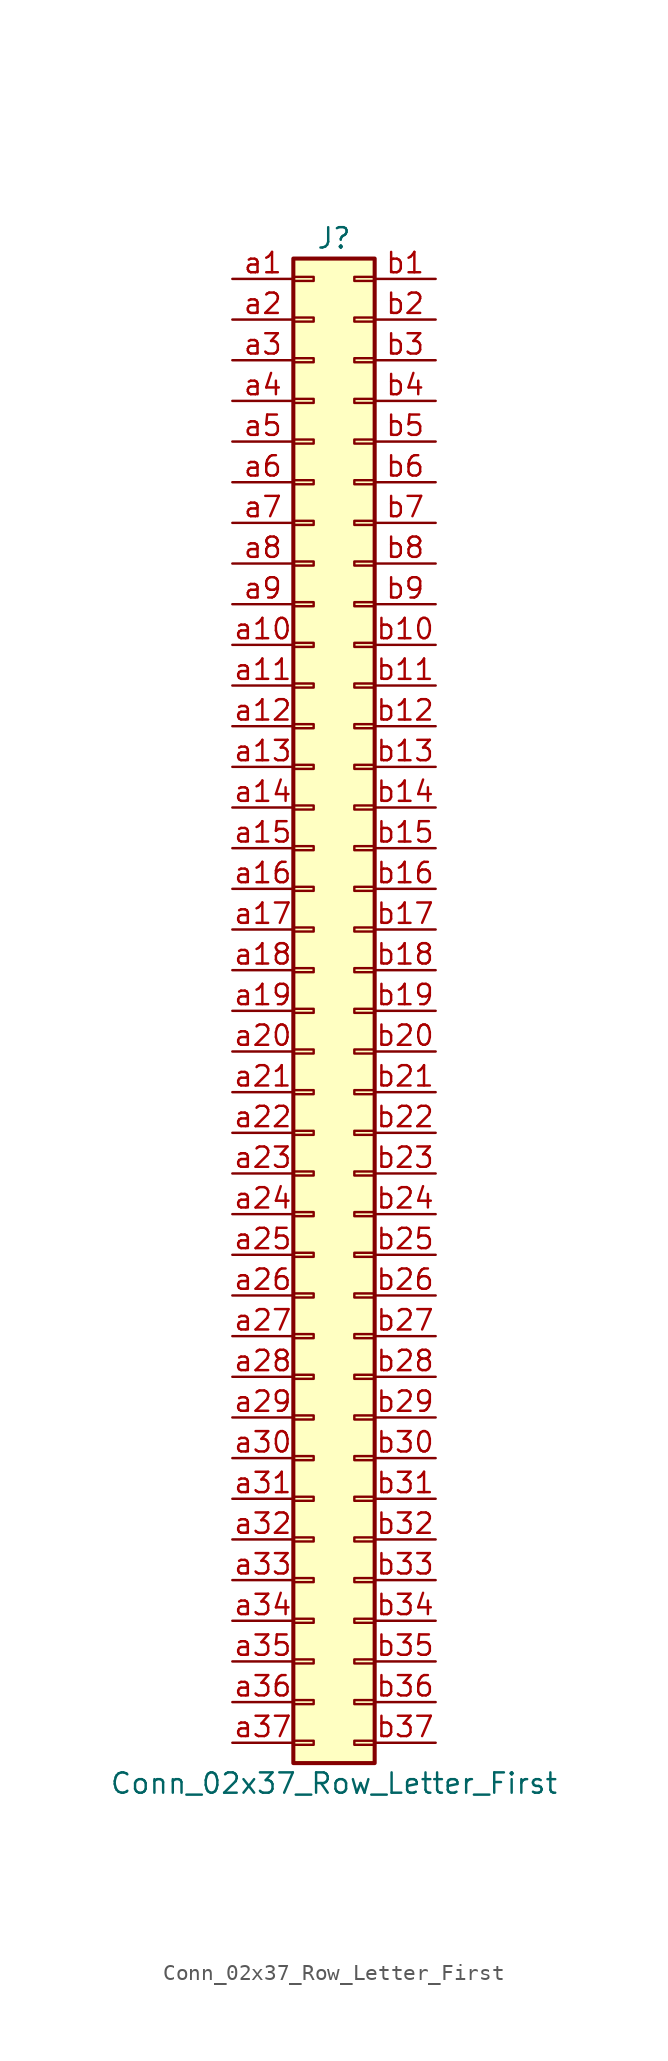
<source format=kicad_sym>
(kicad_symbol_lib
  (version 20220914)
  (generator kicad_symbol_editor)
  (symbol "Conn_02x37_Row_Letter_First"
    (pin_names
      (offset 1.016) hide)
    (property "Reference" "J"
      (at 1.27 48.26 0)
      (effects (font (size 1.27 1.27))))
    (property "Value" "Conn_02x37_Row_Letter_First"
      (at 1.27 -48.26 0)
      (effects (font (size 1.27 1.27))))
    (symbol "Conn_02x37_Row_Letter_First_1_1"
      (rectangle (start -1.27 -45.593) (end 0 -45.847) (stroke (width 0.152) (type solid)) (fill (type none)))
      (rectangle (start -1.27 -43.053) (end 0 -43.307) (stroke (width 0.152) (type solid)) (fill (type none)))
      (rectangle (start -1.27 -40.513) (end 0 -40.767) (stroke (width 0.152) (type solid)) (fill (type none)))
      (rectangle (start -1.27 -37.973) (end 0 -38.227) (stroke (width 0.152) (type solid)) (fill (type none)))
      (rectangle (start -1.27 -35.433) (end 0 -35.687) (stroke (width 0.152) (type solid)) (fill (type none)))
      (rectangle (start -1.27 -32.893) (end 0 -33.147) (stroke (width 0.152) (type solid)) (fill (type none)))
      (rectangle (start -1.27 -30.353) (end 0 -30.607) (stroke (width 0.152) (type solid)) (fill (type none)))
      (rectangle (start -1.27 -27.813) (end 0 -28.067) (stroke (width 0.152) (type solid)) (fill (type none)))
      (rectangle (start -1.27 -25.273) (end 0 -25.527) (stroke (width 0.152) (type solid)) (fill (type none)))
      (rectangle (start -1.27 -22.733) (end 0 -22.987) (stroke (width 0.152) (type solid)) (fill (type none)))
      (rectangle (start -1.27 -20.193) (end 0 -20.447) (stroke (width 0.152) (type solid)) (fill (type none)))
      (rectangle (start -1.27 -17.653) (end 0 -17.907) (stroke (width 0.152) (type solid)) (fill (type none)))
      (rectangle (start -1.27 -15.113) (end 0 -15.367) (stroke (width 0.152) (type solid)) (fill (type none)))
      (rectangle (start -1.27 -12.573) (end 0 -12.827) (stroke (width 0.152) (type solid)) (fill (type none)))
      (rectangle (start -1.27 -10.033) (end 0 -10.287) (stroke (width 0.152) (type solid)) (fill (type none)))
      (rectangle (start -1.27 -7.493) (end 0 -7.747) (stroke (width 0.152) (type solid)) (fill (type none)))
      (rectangle (start -1.27 -4.953) (end 0 -5.207) (stroke (width 0.152) (type solid)) (fill (type none)))
      (rectangle (start -1.27 -2.413) (end 0 -2.667) (stroke (width 0.152) (type solid)) (fill (type none)))
      (rectangle (start -1.27 0.127) (end 0 -0.127) (stroke (width 0.152) (type solid)) (fill (type none)))
      (rectangle (start -1.27 2.667) (end 0 2.413) (stroke (width 0.152) (type solid)) (fill (type none)))
      (rectangle (start -1.27 5.207) (end 0 4.953) (stroke (width 0.152) (type solid)) (fill (type none)))
      (rectangle (start -1.27 7.747) (end 0 7.493) (stroke (width 0.152) (type solid)) (fill (type none)))
      (rectangle (start -1.27 10.287) (end 0 10.033) (stroke (width 0.152) (type solid)) (fill (type none)))
      (rectangle (start -1.27 12.827) (end 0 12.573) (stroke (width 0.152) (type solid)) (fill (type none)))
      (rectangle (start -1.27 15.367) (end 0 15.113) (stroke (width 0.152) (type solid)) (fill (type none)))
      (rectangle (start -1.27 17.907) (end 0 17.653) (stroke (width 0.152) (type solid)) (fill (type none)))
      (rectangle (start -1.27 20.447) (end 0 20.193) (stroke (width 0.152) (type solid)) (fill (type none)))
      (rectangle (start -1.27 22.987) (end 0 22.733) (stroke (width 0.152) (type solid)) (fill (type none)))
      (rectangle (start -1.27 25.527) (end 0 25.273) (stroke (width 0.152) (type solid)) (fill (type none)))
      (rectangle (start -1.27 28.067) (end 0 27.813) (stroke (width 0.152) (type solid)) (fill (type none)))
      (rectangle (start -1.27 30.607) (end 0 30.353) (stroke (width 0.152) (type solid)) (fill (type none)))
      (rectangle (start -1.27 33.147) (end 0 32.893) (stroke (width 0.152) (type solid)) (fill (type none)))
      (rectangle (start -1.27 35.687) (end 0 35.433) (stroke (width 0.152) (type solid)) (fill (type none)))
      (rectangle (start -1.27 38.227) (end 0 37.973) (stroke (width 0.152) (type solid)) (fill (type none)))
      (rectangle (start -1.27 40.767) (end 0 40.513) (stroke (width 0.152) (type solid)) (fill (type none)))
      (rectangle (start -1.27 43.307) (end 0 43.053) (stroke (width 0.152) (type solid)) (fill (type none)))
      (rectangle (start -1.27 45.847) (end 0 45.593) (stroke (width 0.152) (type solid)) (fill (type none)))
      (rectangle (start -1.27 46.99) (end 3.81 -46.99) (stroke (width 0.254) (type solid)) (fill (type background)))
      (rectangle (start 3.81 -45.593) (end 2.54 -45.847) (stroke (width 0.152) (type solid)) (fill (type none)))
      (rectangle (start 3.81 -43.053) (end 2.54 -43.307) (stroke (width 0.152) (type solid)) (fill (type none)))
      (rectangle (start 3.81 -40.513) (end 2.54 -40.767) (stroke (width 0.152) (type solid)) (fill (type none)))
      (rectangle (start 3.81 -37.973) (end 2.54 -38.227) (stroke (width 0.152) (type solid)) (fill (type none)))
      (rectangle (start 3.81 -35.433) (end 2.54 -35.687) (stroke (width 0.152) (type solid)) (fill (type none)))
      (rectangle (start 3.81 -32.893) (end 2.54 -33.147) (stroke (width 0.152) (type solid)) (fill (type none)))
      (rectangle (start 3.81 -30.353) (end 2.54 -30.607) (stroke (width 0.152) (type solid)) (fill (type none)))
      (rectangle (start 3.81 -27.813) (end 2.54 -28.067) (stroke (width 0.152) (type solid)) (fill (type none)))
      (rectangle (start 3.81 -25.273) (end 2.54 -25.527) (stroke (width 0.152) (type solid)) (fill (type none)))
      (rectangle (start 3.81 -22.733) (end 2.54 -22.987) (stroke (width 0.152) (type solid)) (fill (type none)))
      (rectangle (start 3.81 -20.193) (end 2.54 -20.447) (stroke (width 0.152) (type solid)) (fill (type none)))
      (rectangle (start 3.81 -17.653) (end 2.54 -17.907) (stroke (width 0.152) (type solid)) (fill (type none)))
      (rectangle (start 3.81 -15.113) (end 2.54 -15.367) (stroke (width 0.152) (type solid)) (fill (type none)))
      (rectangle (start 3.81 -12.573) (end 2.54 -12.827) (stroke (width 0.152) (type solid)) (fill (type none)))
      (rectangle (start 3.81 -10.033) (end 2.54 -10.287) (stroke (width 0.152) (type solid)) (fill (type none)))
      (rectangle (start 3.81 -7.493) (end 2.54 -7.747) (stroke (width 0.152) (type solid)) (fill (type none)))
      (rectangle (start 3.81 -4.953) (end 2.54 -5.207) (stroke (width 0.152) (type solid)) (fill (type none)))
      (rectangle (start 3.81 -2.413) (end 2.54 -2.667) (stroke (width 0.152) (type solid)) (fill (type none)))
      (rectangle (start 3.81 0.127) (end 2.54 -0.127) (stroke (width 0.152) (type solid)) (fill (type none)))
      (rectangle (start 3.81 2.667) (end 2.54 2.413) (stroke (width 0.152) (type solid)) (fill (type none)))
      (rectangle (start 3.81 5.207) (end 2.54 4.953) (stroke (width 0.152) (type solid)) (fill (type none)))
      (rectangle (start 3.81 7.747) (end 2.54 7.493) (stroke (width 0.152) (type solid)) (fill (type none)))
      (rectangle (start 3.81 10.287) (end 2.54 10.033) (stroke (width 0.152) (type solid)) (fill (type none)))
      (rectangle (start 3.81 12.827) (end 2.54 12.573) (stroke (width 0.152) (type solid)) (fill (type none)))
      (rectangle (start 3.81 15.367) (end 2.54 15.113) (stroke (width 0.152) (type solid)) (fill (type none)))
      (rectangle (start 3.81 17.907) (end 2.54 17.653) (stroke (width 0.152) (type solid)) (fill (type none)))
      (rectangle (start 3.81 20.447) (end 2.54 20.193) (stroke (width 0.152) (type solid)) (fill (type none)))
      (rectangle (start 3.81 22.987) (end 2.54 22.733) (stroke (width 0.152) (type solid)) (fill (type none)))
      (rectangle (start 3.81 25.527) (end 2.54 25.273) (stroke (width 0.152) (type solid)) (fill (type none)))
      (rectangle (start 3.81 28.067) (end 2.54 27.813) (stroke (width 0.152) (type solid)) (fill (type none)))
      (rectangle (start 3.81 30.607) (end 2.54 30.353) (stroke (width 0.152) (type solid)) (fill (type none)))
      (rectangle (start 3.81 33.147) (end 2.54 32.893) (stroke (width 0.152) (type solid)) (fill (type none)))
      (rectangle (start 3.81 35.687) (end 2.54 35.433) (stroke (width 0.152) (type solid)) (fill (type none)))
      (rectangle (start 3.81 38.227) (end 2.54 37.973) (stroke (width 0.152) (type solid)) (fill (type none)))
      (rectangle (start 3.81 40.767) (end 2.54 40.513) (stroke (width 0.152) (type solid)) (fill (type none)))
      (rectangle (start 3.81 43.307) (end 2.54 43.053) (stroke (width 0.152) (type solid)) (fill (type none)))
      (rectangle (start 3.81 45.847) (end 2.54 45.593) (stroke (width 0.152) (type solid)) (fill (type none)))
      (pin passive line (at -5.08 45.72 0) (length 3.81) (name "Pin_a1" (effects (font (size 1.27 1.27)))) (number "a1" (effects (font (size 1.27 1.27)))))
      (pin passive line (at -5.08 22.86 0) (length 3.81) (name "Pin_a10" (effects (font (size 1.27 1.27)))) (number "a10" (effects (font (size 1.27 1.27)))))
      (pin passive line (at -5.08 20.32 0) (length 3.81) (name "Pin_a11" (effects (font (size 1.27 1.27)))) (number "a11" (effects (font (size 1.27 1.27)))))
      (pin passive line (at -5.08 17.78 0) (length 3.81) (name "Pin_a12" (effects (font (size 1.27 1.27)))) (number "a12" (effects (font (size 1.27 1.27)))))
      (pin passive line (at -5.08 15.24 0) (length 3.81) (name "Pin_a13" (effects (font (size 1.27 1.27)))) (number "a13" (effects (font (size 1.27 1.27)))))
      (pin passive line (at -5.08 12.7 0) (length 3.81) (name "Pin_a14" (effects (font (size 1.27 1.27)))) (number "a14" (effects (font (size 1.27 1.27)))))
      (pin passive line (at -5.08 10.16 0) (length 3.81) (name "Pin_a15" (effects (font (size 1.27 1.27)))) (number "a15" (effects (font (size 1.27 1.27)))))
      (pin passive line (at -5.08 7.62 0) (length 3.81) (name "Pin_a16" (effects (font (size 1.27 1.27)))) (number "a16" (effects (font (size 1.27 1.27)))))
      (pin passive line (at -5.08 5.08 0) (length 3.81) (name "Pin_a17" (effects (font (size 1.27 1.27)))) (number "a17" (effects (font (size 1.27 1.27)))))
      (pin passive line (at -5.08 2.54 0) (length 3.81) (name "Pin_a18" (effects (font (size 1.27 1.27)))) (number "a18" (effects (font (size 1.27 1.27)))))
      (pin passive line (at -5.08 0 0) (length 3.81) (name "Pin_a19" (effects (font (size 1.27 1.27)))) (number "a19" (effects (font (size 1.27 1.27)))))
      (pin passive line (at -5.08 43.18 0) (length 3.81) (name "Pin_a2" (effects (font (size 1.27 1.27)))) (number "a2" (effects (font (size 1.27 1.27)))))
      (pin passive line (at -5.08 -2.54 0) (length 3.81) (name "Pin_a20" (effects (font (size 1.27 1.27)))) (number "a20" (effects (font (size 1.27 1.27)))))
      (pin passive line (at -5.08 -5.08 0) (length 3.81) (name "Pin_a21" (effects (font (size 1.27 1.27)))) (number "a21" (effects (font (size 1.27 1.27)))))
      (pin passive line (at -5.08 -7.62 0) (length 3.81) (name "Pin_a22" (effects (font (size 1.27 1.27)))) (number "a22" (effects (font (size 1.27 1.27)))))
      (pin passive line (at -5.08 -10.16 0) (length 3.81) (name "Pin_a23" (effects (font (size 1.27 1.27)))) (number "a23" (effects (font (size 1.27 1.27)))))
      (pin passive line (at -5.08 -12.7 0) (length 3.81) (name "Pin_a24" (effects (font (size 1.27 1.27)))) (number "a24" (effects (font (size 1.27 1.27)))))
      (pin passive line (at -5.08 -15.24 0) (length 3.81) (name "Pin_a25" (effects (font (size 1.27 1.27)))) (number "a25" (effects (font (size 1.27 1.27)))))
      (pin passive line (at -5.08 -17.78 0) (length 3.81) (name "Pin_a26" (effects (font (size 1.27 1.27)))) (number "a26" (effects (font (size 1.27 1.27)))))
      (pin passive line (at -5.08 -20.32 0) (length 3.81) (name "Pin_a27" (effects (font (size 1.27 1.27)))) (number "a27" (effects (font (size 1.27 1.27)))))
      (pin passive line (at -5.08 -22.86 0) (length 3.81) (name "Pin_a28" (effects (font (size 1.27 1.27)))) (number "a28" (effects (font (size 1.27 1.27)))))
      (pin passive line (at -5.08 -25.4 0) (length 3.81) (name "Pin_a29" (effects (font (size 1.27 1.27)))) (number "a29" (effects (font (size 1.27 1.27)))))
      (pin passive line (at -5.08 40.64 0) (length 3.81) (name "Pin_a3" (effects (font (size 1.27 1.27)))) (number "a3" (effects (font (size 1.27 1.27)))))
      (pin passive line (at -5.08 -27.94 0) (length 3.81) (name "Pin_a30" (effects (font (size 1.27 1.27)))) (number "a30" (effects (font (size 1.27 1.27)))))
      (pin passive line (at -5.08 -30.48 0) (length 3.81) (name "Pin_a31" (effects (font (size 1.27 1.27)))) (number "a31" (effects (font (size 1.27 1.27)))))
      (pin passive line (at -5.08 -33.02 0) (length 3.81) (name "Pin_a32" (effects (font (size 1.27 1.27)))) (number "a32" (effects (font (size 1.27 1.27)))))
      (pin passive line (at -5.08 -35.56 0) (length 3.81) (name "Pin_a33" (effects (font (size 1.27 1.27)))) (number "a33" (effects (font (size 1.27 1.27)))))
      (pin passive line (at -5.08 -38.1 0) (length 3.81) (name "Pin_a34" (effects (font (size 1.27 1.27)))) (number "a34" (effects (font (size 1.27 1.27)))))
      (pin passive line (at -5.08 -40.64 0) (length 3.81) (name "Pin_a35" (effects (font (size 1.27 1.27)))) (number "a35" (effects (font (size 1.27 1.27)))))
      (pin passive line (at -5.08 -43.18 0) (length 3.81) (name "Pin_a36" (effects (font (size 1.27 1.27)))) (number "a36" (effects (font (size 1.27 1.27)))))
      (pin passive line (at -5.08 -45.72 0) (length 3.81) (name "Pin_a37" (effects (font (size 1.27 1.27)))) (number "a37" (effects (font (size 1.27 1.27)))))
      (pin passive line (at -5.08 38.1 0) (length 3.81) (name "Pin_a4" (effects (font (size 1.27 1.27)))) (number "a4" (effects (font (size 1.27 1.27)))))
      (pin passive line (at -5.08 35.56 0) (length 3.81) (name "Pin_a5" (effects (font (size 1.27 1.27)))) (number "a5" (effects (font (size 1.27 1.27)))))
      (pin passive line (at -5.08 33.02 0) (length 3.81) (name "Pin_a6" (effects (font (size 1.27 1.27)))) (number "a6" (effects (font (size 1.27 1.27)))))
      (pin passive line (at -5.08 30.48 0) (length 3.81) (name "Pin_a7" (effects (font (size 1.27 1.27)))) (number "a7" (effects (font (size 1.27 1.27)))))
      (pin passive line (at -5.08 27.94 0) (length 3.81) (name "Pin_a8" (effects (font (size 1.27 1.27)))) (number "a8" (effects (font (size 1.27 1.27)))))
      (pin passive line (at -5.08 25.4 0) (length 3.81) (name "Pin_a9" (effects (font (size 1.27 1.27)))) (number "a9" (effects (font (size 1.27 1.27)))))
      (pin passive line (at 7.62 45.72 180) (length 3.81) (name "Pin_b1" (effects (font (size 1.27 1.27)))) (number "b1" (effects (font (size 1.27 1.27)))))
      (pin passive line (at 7.62 22.86 180) (length 3.81) (name "Pin_b10" (effects (font (size 1.27 1.27)))) (number "b10" (effects (font (size 1.27 1.27)))))
      (pin passive line (at 7.62 20.32 180) (length 3.81) (name "Pin_b11" (effects (font (size 1.27 1.27)))) (number "b11" (effects (font (size 1.27 1.27)))))
      (pin passive line (at 7.62 17.78 180) (length 3.81) (name "Pin_b12" (effects (font (size 1.27 1.27)))) (number "b12" (effects (font (size 1.27 1.27)))))
      (pin passive line (at 7.62 15.24 180) (length 3.81) (name "Pin_b13" (effects (font (size 1.27 1.27)))) (number "b13" (effects (font (size 1.27 1.27)))))
      (pin passive line (at 7.62 12.7 180) (length 3.81) (name "Pin_b14" (effects (font (size 1.27 1.27)))) (number "b14" (effects (font (size 1.27 1.27)))))
      (pin passive line (at 7.62 10.16 180) (length 3.81) (name "Pin_b15" (effects (font (size 1.27 1.27)))) (number "b15" (effects (font (size 1.27 1.27)))))
      (pin passive line (at 7.62 7.62 180) (length 3.81) (name "Pin_b16" (effects (font (size 1.27 1.27)))) (number "b16" (effects (font (size 1.27 1.27)))))
      (pin passive line (at 7.62 5.08 180) (length 3.81) (name "Pin_b17" (effects (font (size 1.27 1.27)))) (number "b17" (effects (font (size 1.27 1.27)))))
      (pin passive line (at 7.62 2.54 180) (length 3.81) (name "Pin_b18" (effects (font (size 1.27 1.27)))) (number "b18" (effects (font (size 1.27 1.27)))))
      (pin passive line (at 7.62 0 180) (length 3.81) (name "Pin_b19" (effects (font (size 1.27 1.27)))) (number "b19" (effects (font (size 1.27 1.27)))))
      (pin passive line (at 7.62 43.18 180) (length 3.81) (name "Pin_b2" (effects (font (size 1.27 1.27)))) (number "b2" (effects (font (size 1.27 1.27)))))
      (pin passive line (at 7.62 -2.54 180) (length 3.81) (name "Pin_b20" (effects (font (size 1.27 1.27)))) (number "b20" (effects (font (size 1.27 1.27)))))
      (pin passive line (at 7.62 -5.08 180) (length 3.81) (name "Pin_b21" (effects (font (size 1.27 1.27)))) (number "b21" (effects (font (size 1.27 1.27)))))
      (pin passive line (at 7.62 -7.62 180) (length 3.81) (name "Pin_b22" (effects (font (size 1.27 1.27)))) (number "b22" (effects (font (size 1.27 1.27)))))
      (pin passive line (at 7.62 -10.16 180) (length 3.81) (name "Pin_b23" (effects (font (size 1.27 1.27)))) (number "b23" (effects (font (size 1.27 1.27)))))
      (pin passive line (at 7.62 -12.7 180) (length 3.81) (name "Pin_b24" (effects (font (size 1.27 1.27)))) (number "b24" (effects (font (size 1.27 1.27)))))
      (pin passive line (at 7.62 -15.24 180) (length 3.81) (name "Pin_b25" (effects (font (size 1.27 1.27)))) (number "b25" (effects (font (size 1.27 1.27)))))
      (pin passive line (at 7.62 -17.78 180) (length 3.81) (name "Pin_b26" (effects (font (size 1.27 1.27)))) (number "b26" (effects (font (size 1.27 1.27)))))
      (pin passive line (at 7.62 -20.32 180) (length 3.81) (name "Pin_b27" (effects (font (size 1.27 1.27)))) (number "b27" (effects (font (size 1.27 1.27)))))
      (pin passive line (at 7.62 -22.86 180) (length 3.81) (name "Pin_b28" (effects (font (size 1.27 1.27)))) (number "b28" (effects (font (size 1.27 1.27)))))
      (pin passive line (at 7.62 -25.4 180) (length 3.81) (name "Pin_b29" (effects (font (size 1.27 1.27)))) (number "b29" (effects (font (size 1.27 1.27)))))
      (pin passive line (at 7.62 40.64 180) (length 3.81) (name "Pin_b3" (effects (font (size 1.27 1.27)))) (number "b3" (effects (font (size 1.27 1.27)))))
      (pin passive line (at 7.62 -27.94 180) (length 3.81) (name "Pin_b30" (effects (font (size 1.27 1.27)))) (number "b30" (effects (font (size 1.27 1.27)))))
      (pin passive line (at 7.62 -30.48 180) (length 3.81) (name "Pin_b31" (effects (font (size 1.27 1.27)))) (number "b31" (effects (font (size 1.27 1.27)))))
      (pin passive line (at 7.62 -33.02 180) (length 3.81) (name "Pin_b32" (effects (font (size 1.27 1.27)))) (number "b32" (effects (font (size 1.27 1.27)))))
      (pin passive line (at 7.62 -35.56 180) (length 3.81) (name "Pin_b33" (effects (font (size 1.27 1.27)))) (number "b33" (effects (font (size 1.27 1.27)))))
      (pin passive line (at 7.62 -38.1 180) (length 3.81) (name "Pin_b34" (effects (font (size 1.27 1.27)))) (number "b34" (effects (font (size 1.27 1.27)))))
      (pin passive line (at 7.62 -40.64 180) (length 3.81) (name "Pin_b35" (effects (font (size 1.27 1.27)))) (number "b35" (effects (font (size 1.27 1.27)))))
      (pin passive line (at 7.62 -43.18 180) (length 3.81) (name "Pin_b36" (effects (font (size 1.27 1.27)))) (number "b36" (effects (font (size 1.27 1.27)))))
      (pin passive line (at 7.62 -45.72 180) (length 3.81) (name "Pin_b37" (effects (font (size 1.27 1.27)))) (number "b37" (effects (font (size 1.27 1.27)))))
      (pin passive line (at 7.62 38.1 180) (length 3.81) (name "Pin_b4" (effects (font (size 1.27 1.27)))) (number "b4" (effects (font (size 1.27 1.27)))))
      (pin passive line (at 7.62 35.56 180) (length 3.81) (name "Pin_b5" (effects (font (size 1.27 1.27)))) (number "b5" (effects (font (size 1.27 1.27)))))
      (pin passive line (at 7.62 33.02 180) (length 3.81) (name "Pin_b6" (effects (font (size 1.27 1.27)))) (number "b6" (effects (font (size 1.27 1.27)))))
      (pin passive line (at 7.62 30.48 180) (length 3.81) (name "Pin_b7" (effects (font (size 1.27 1.27)))) (number "b7" (effects (font (size 1.27 1.27)))))
      (pin passive line (at 7.62 27.94 180) (length 3.81) (name "Pin_b8" (effects (font (size 1.27 1.27)))) (number "b8" (effects (font (size 1.27 1.27)))))
      (pin passive line (at 7.62 25.4 180) (length 3.81) (name "Pin_b9" (effects (font (size 1.27 1.27)))) (number "b9" (effects (font (size 1.27 1.27))))))))
</source>
